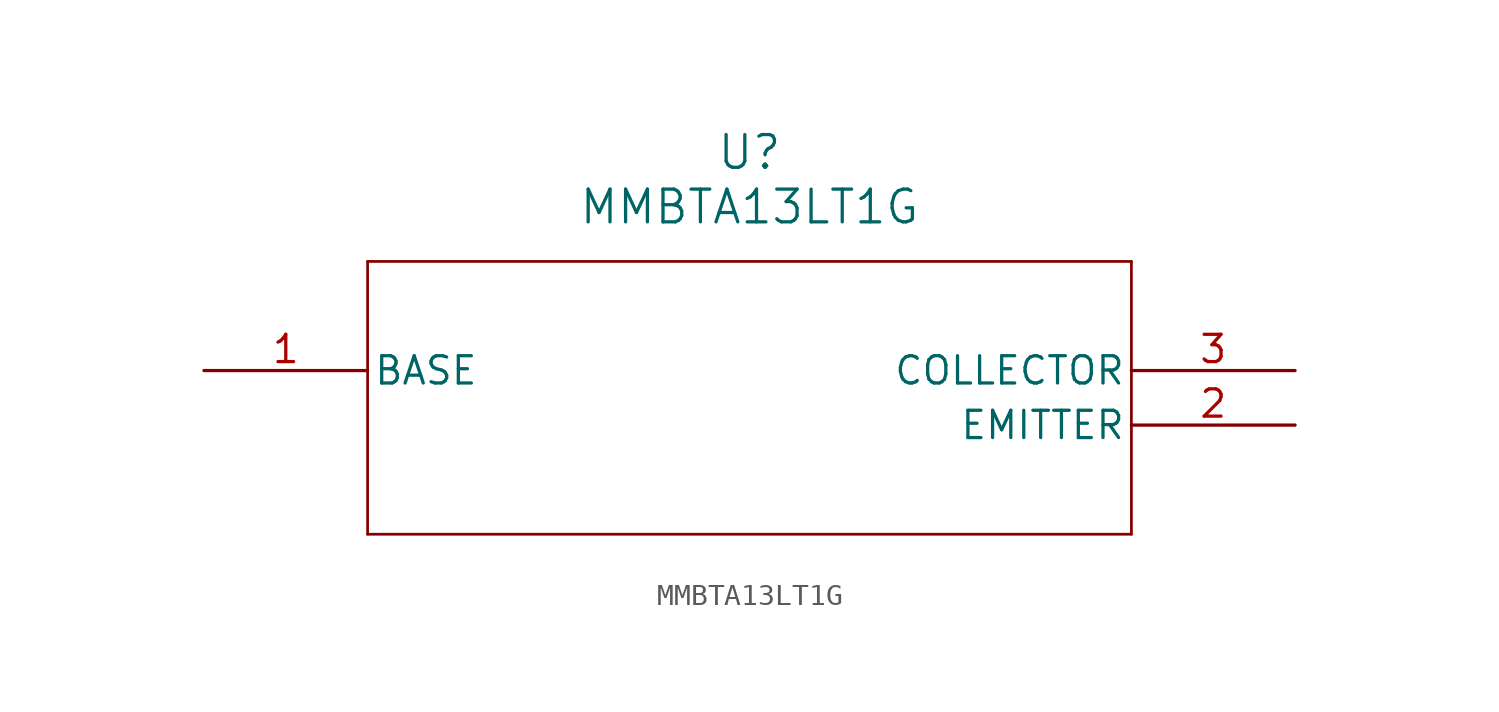
<source format=kicad_sym>
(kicad_symbol_lib
  (version 20211014)
  (generator kicad_symbol_editor)
  (symbol "MMBTA13LT1G"
    (pin_names
      (offset 0.254))
    (property "Reference" "U"
      (at 25.4 10.16 0)
      (effects (font (size 1.524 1.524))))
    (property "Value" "MMBTA13LT1G"
      (at 25.4 7.62 0)
      (effects (font (size 1.524 1.524))))
    (symbol "MMBTA13LT1G_0_1"
      (polyline (pts (xy 7.62 5.08) (xy 7.62 -7.62)) (stroke (width 0.127) (type default) (color 0 0 0 0)) (fill (type none)))
      (polyline (pts (xy 7.62 -7.62) (xy 43.18 -7.62)) (stroke (width 0.127) (type default) (color 0 0 0 0)) (fill (type none)))
      (polyline (pts (xy 43.18 -7.62) (xy 43.18 5.08)) (stroke (width 0.127) (type default) (color 0 0 0 0)) (fill (type none)))
      (polyline (pts (xy 43.18 5.08) (xy 7.62 5.08)) (stroke (width 0.127) (type default) (color 0 0 0 0)) (fill (type none)))
      (pin unspecified line (at 0 0 0) (length 7.62) (name "BASE" (effects (font (size 1.27 1.27)))) (number "1" (effects (font (size 1.27 1.27)))))
      (pin unspecified line (at 50.8 -2.54 180) (length 7.62) (name "EMITTER" (effects (font (size 1.27 1.27)))) (number "2" (effects (font (size 1.27 1.27)))))
      (pin unspecified line (at 50.8 0 180) (length 7.62) (name "COLLECTOR" (effects (font (size 1.27 1.27)))) (number "3" (effects (font (size 1.27 1.27))))))))
</source>
